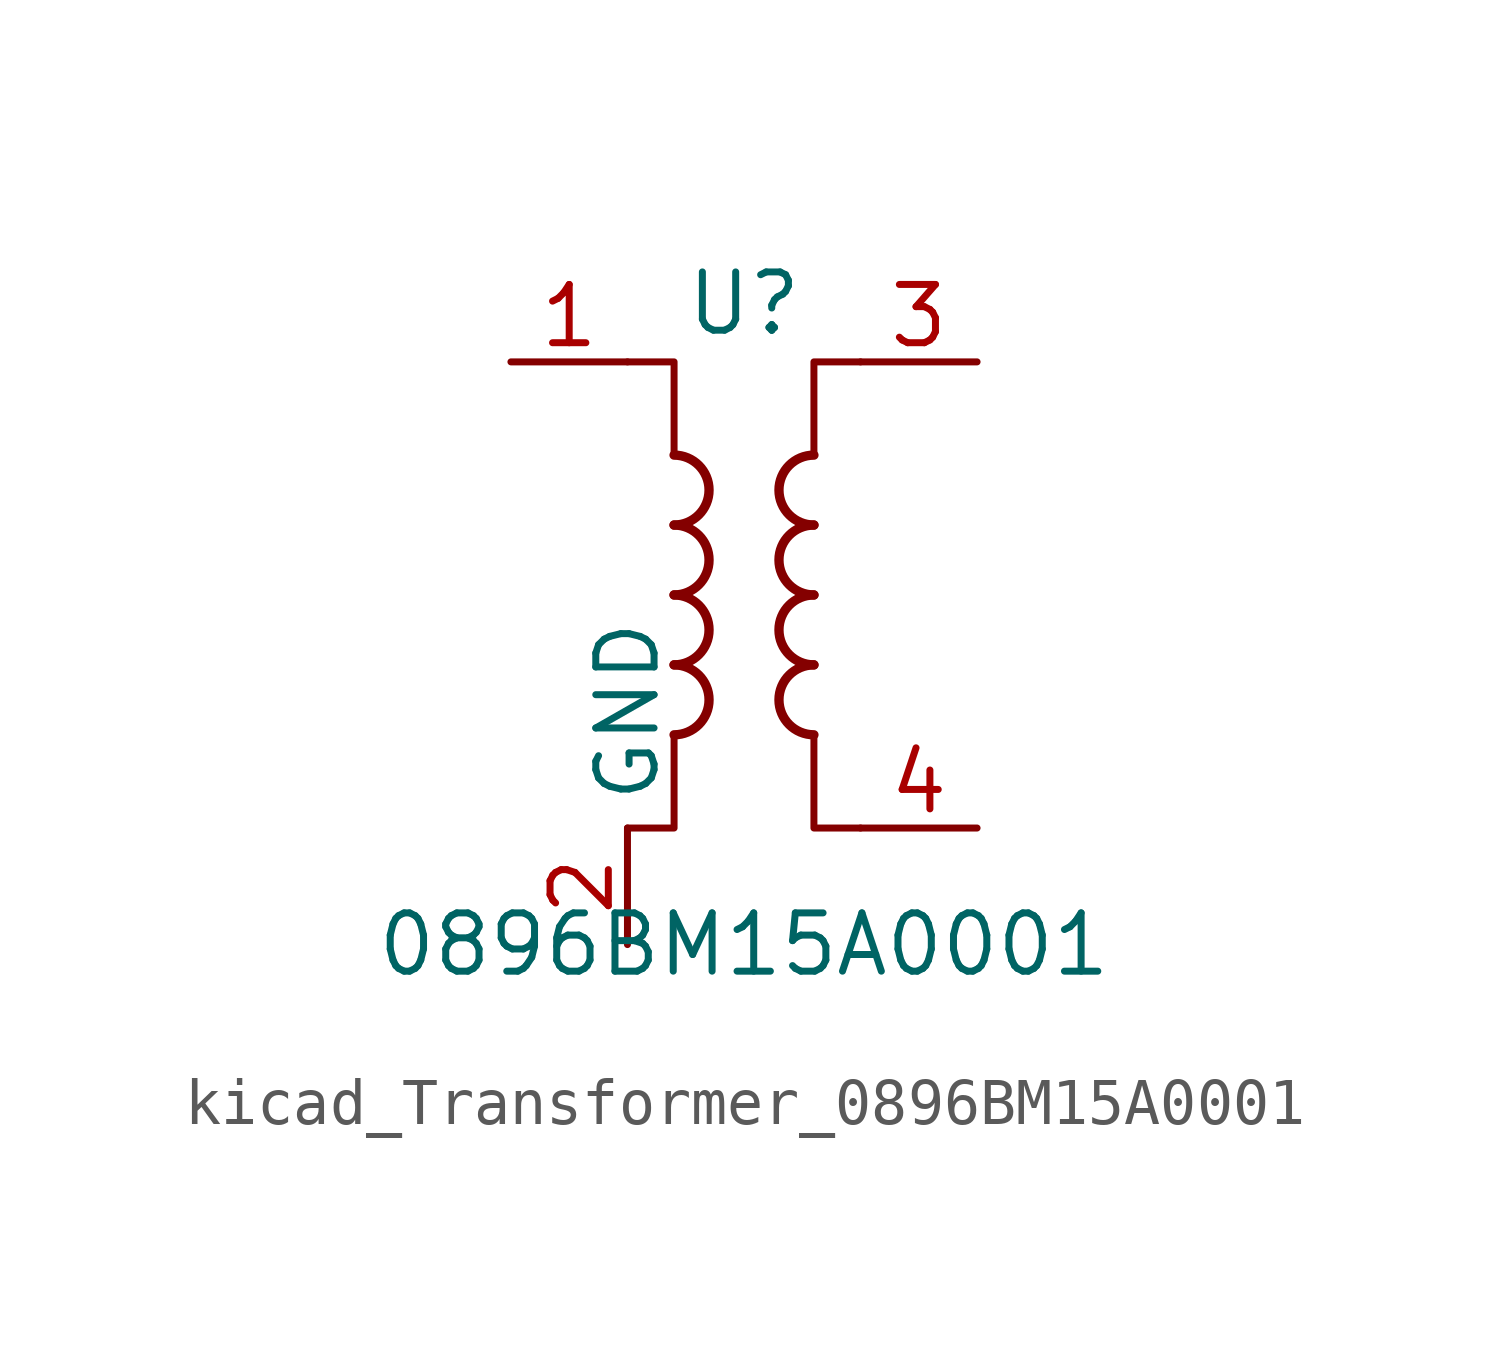
<source format=kicad_sym>
(kicad_symbol_lib
  (version 20220914)
  (generator kicad_symbol_editor)
  (symbol "kicad_Transformer_0896BM15A0001"
    (property "Reference" "U"
      (at 0 6.35 0)
      (effects (font (size 1.27 1.27))))
    (property "Value" "0896BM15A0001"
      (at 0 -7.62 0)
      (effects (font (size 1.27 1.27))))
    (symbol "kicad_Transformer_0896BM15A0001_1_1"
      (arc (start -1.524 -3.048) (mid -0.7653 -2.286) (end -1.524 -1.524) (stroke (width 0.2032) (type default)) (fill (type none)))
      (arc (start -1.524 -1.524) (mid -0.7653 -0.762) (end -1.524 0) (stroke (width 0.2032) (type default)) (fill (type none)))
      (arc (start -1.524 0) (mid -0.7653 0.762) (end -1.524 1.524) (stroke (width 0.2032) (type default)) (fill (type none)))
      (arc (start -1.524 1.524) (mid -0.7653 2.286) (end -1.524 3.048) (stroke (width 0.2032) (type default)) (fill (type none)))
      (polyline (pts (xy -2.54 5.08) (xy -1.524 5.08) (xy -1.524 3.048)) (stroke (width 0.152) (type default)) (fill (type none)))
      (polyline (pts (xy -1.524 -3.048) (xy -1.524 -5.08) (xy -2.54 -5.08)) (stroke (width 0.152) (type default)) (fill (type none)))
      (polyline (pts (xy 1.524 3.048) (xy 1.524 5.08) (xy 2.54 5.08)) (stroke (width 0.152) (type default)) (fill (type none)))
      (polyline (pts (xy 2.54 -5.08) (xy 1.524 -5.08) (xy 1.524 -3.048)) (stroke (width 0.152) (type default)) (fill (type none)))
      (arc (start 1.524 -1.524) (mid 0.7653 -2.286) (end 1.524 -3.048) (stroke (width 0.2032) (type default)) (fill (type none)))
      (arc (start 1.524 0) (mid 0.7653 -0.762) (end 1.524 -1.524) (stroke (width 0.2032) (type default)) (fill (type none)))
      (arc (start 1.524 1.524) (mid 0.7653 0.762) (end 1.524 0) (stroke (width 0.2032) (type default)) (fill (type none)))
      (arc (start 1.524 3.048) (mid 0.7653 2.286) (end 1.524 1.524) (stroke (width 0.2032) (type default)) (fill (type none)))
      (pin passive line (at -5.08 5.08 0) (length 2.54) (name "~" (effects (font (size 1.27 1.27)))) (number "1" (effects (font (size 1.27 1.27)))))
      (pin power_in line (at -2.54 -7.62 90) (length 2.54) (name "GND" (effects (font (size 1.27 1.27)))) (number "2" (effects (font (size 1.27 1.27)))))
      (pin passive line (at 5.08 5.08 180) (length 2.54) (name "~" (effects (font (size 1.27 1.27)))) (number "3" (effects (font (size 1.27 1.27)))))
      (pin passive line (at 5.08 -5.08 180) (length 2.54) (name "~" (effects (font (size 1.27 1.27)))) (number "4" (effects (font (size 1.27 1.27)))))
      (pin passive line (at -2.54 -7.62 90) (length 2.54) hide (name "GND" (effects (font (size 1.27 1.27)))) (number "5" (effects (font (size 1.27 1.27)))))
      (pin passive line (at -2.54 -7.62 90) (length 2.54) hide (name "GND" (effects (font (size 1.27 1.27)))) (number "6" (effects (font (size 1.27 1.27))))))))
</source>
